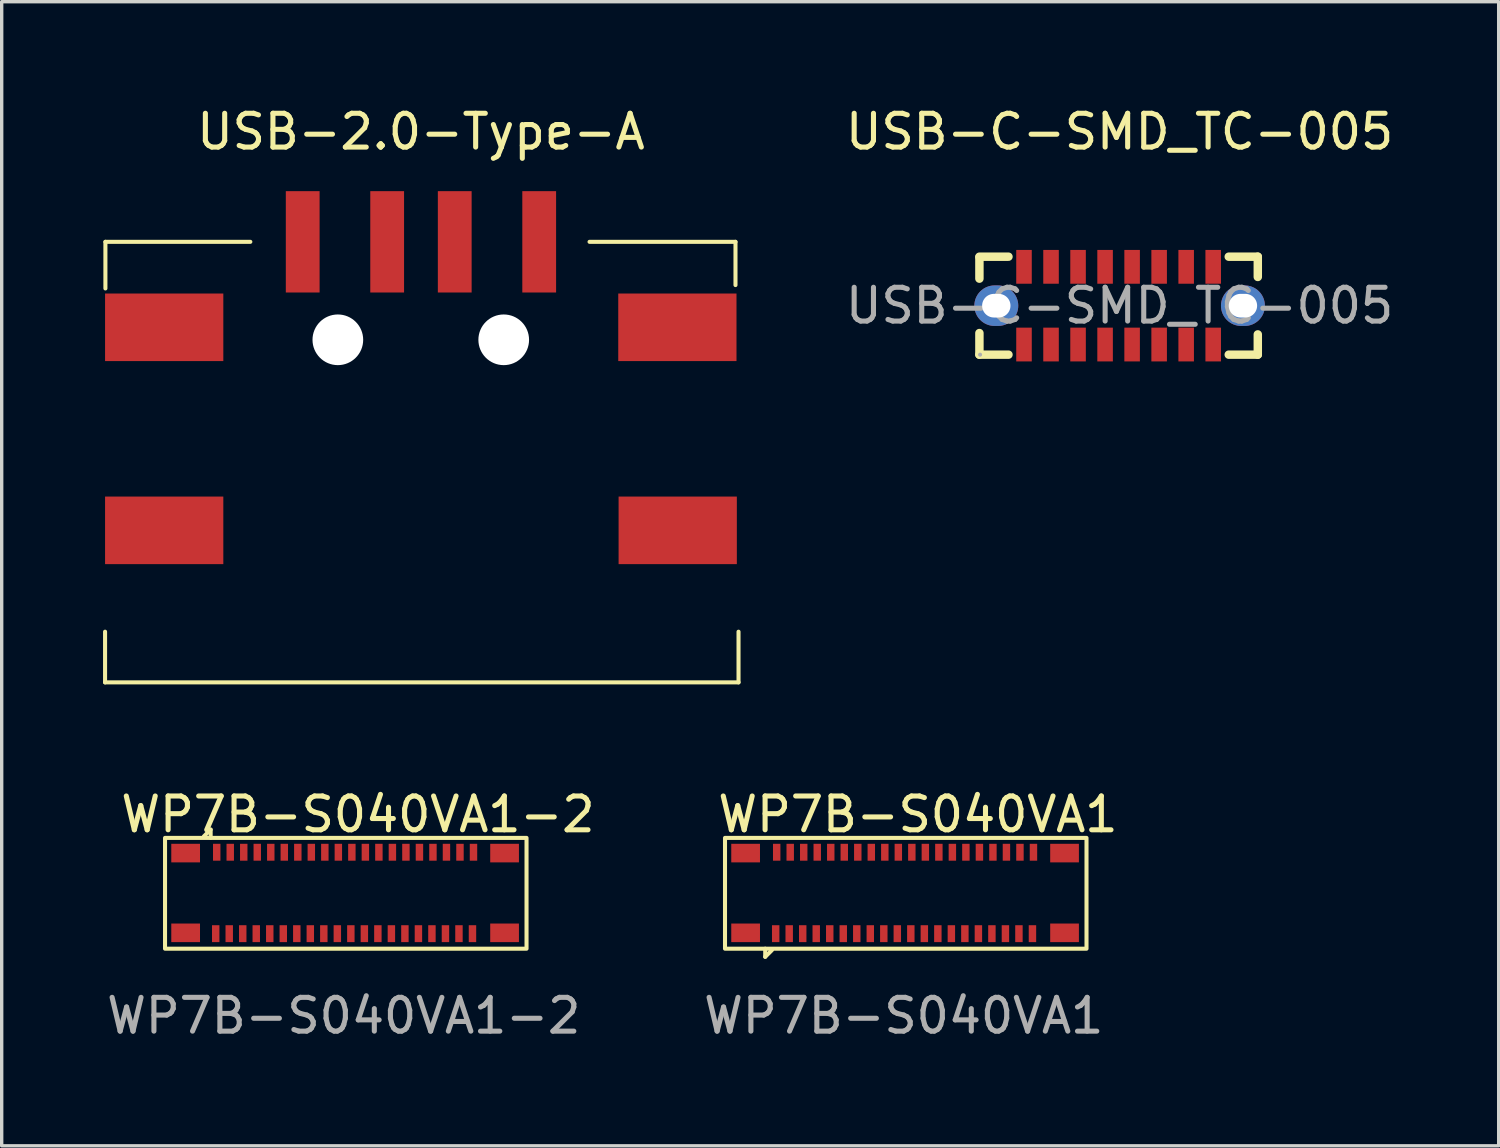
<source format=kicad_pcb>
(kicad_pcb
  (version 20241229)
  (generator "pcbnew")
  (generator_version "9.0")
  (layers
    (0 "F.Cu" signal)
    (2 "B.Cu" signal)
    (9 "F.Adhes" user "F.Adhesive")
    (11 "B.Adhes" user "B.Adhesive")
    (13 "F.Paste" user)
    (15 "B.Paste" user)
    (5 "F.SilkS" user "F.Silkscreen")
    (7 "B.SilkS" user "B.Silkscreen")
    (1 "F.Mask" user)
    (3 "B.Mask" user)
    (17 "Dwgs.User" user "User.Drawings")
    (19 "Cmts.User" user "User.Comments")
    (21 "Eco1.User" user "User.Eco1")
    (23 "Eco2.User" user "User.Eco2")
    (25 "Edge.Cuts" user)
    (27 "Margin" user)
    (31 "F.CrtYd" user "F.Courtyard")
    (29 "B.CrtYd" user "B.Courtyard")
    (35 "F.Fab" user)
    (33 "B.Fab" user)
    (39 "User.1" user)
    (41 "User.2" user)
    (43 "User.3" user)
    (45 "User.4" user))
  (footprint "WP7B-S040VA1-2"
    (layer "F.Cu")
    (at 7.545 23.706)
    (property "Reference" "WP7B-S040VA1-2" (at 0 -2.65 0) (unlocked yes) (layer "F.SilkS") (effects (font (size 1 1) (thickness 0.15))))
    (attr smd)
    (fp_line (start -4.36 -2.2) (end -4.56 -2) (stroke (width 0.12) (type default)) (layer "F.SilkS"))
    (fp_line (start -4.36 -1.96) (end -4.36 -2.2) (stroke (width 0.12) (type default)) (layer "F.SilkS"))
    (fp_rect (start -5.71 -1.955) (end 4.99 1.325) (stroke (width 0.12) (type default)) (fill no) (layer "F.SilkS"))
    (fp_text user "${REFERENCE}" (at -0.42 3.31 0) (unlocked yes) (layer "F.Fab") (effects (font (size 1 1) (thickness 0.15))))
    (pad "1" smd rect (at -4.18 -1.53 90) (size 0.5 0.22) (layers "F.Cu" "F.Mask" "F.Paste"))
    (pad "2" smd rect (at -3.78 -1.53 90) (size 0.5 0.22) (layers "F.Cu" "F.Mask" "F.Paste"))
    (pad "3" smd rect (at -3.38 -1.53 90) (size 0.5 0.22) (layers "F.Cu" "F.Mask" "F.Paste"))
    (pad "4" smd rect (at -2.98 -1.53 90) (size 0.5 0.22) (layers "F.Cu" "F.Mask" "F.Paste"))
    (pad "5" smd rect (at -2.58 -1.53 90) (size 0.5 0.22) (layers "F.Cu" "F.Mask" "F.Paste"))
    (pad "6" smd rect (at -2.18 -1.53 90) (size 0.5 0.22) (layers "F.Cu" "F.Mask" "F.Paste"))
    (pad "7" smd rect (at -1.78 -1.53 90) (size 0.5 0.22) (layers "F.Cu" "F.Mask" "F.Paste"))
    (pad "8" smd rect (at -1.38 -1.53 90) (size 0.5 0.22) (layers "F.Cu" "F.Mask" "F.Paste"))
    (pad "9" smd rect (at -0.98 -1.53 90) (size 0.5 0.22) (layers "F.Cu" "F.Mask" "F.Paste"))
    (pad "10" smd rect (at -0.58 -1.53 90) (size 0.5 0.22) (layers "F.Cu" "F.Mask" "F.Paste"))
    (pad "11" smd rect (at -0.18 -1.53 90) (size 0.5 0.22) (layers "F.Cu" "F.Mask" "F.Paste"))
    (pad "12" smd rect (at 0.22 -1.53 90) (size 0.5 0.22) (layers "F.Cu" "F.Mask" "F.Paste"))
    (pad "13" smd rect (at 0.62 -1.53 90) (size 0.5 0.22) (layers "F.Cu" "F.Mask" "F.Paste"))
    (pad "14" smd rect (at 1.02 -1.53 90) (size 0.5 0.22) (layers "F.Cu" "F.Mask" "F.Paste"))
    (pad "15" smd rect (at 1.42 -1.53 90) (size 0.5 0.22) (layers "F.Cu" "F.Mask" "F.Paste"))
    (pad "16" smd rect (at 1.82 -1.53 90) (size 0.5 0.22) (layers "F.Cu" "F.Mask" "F.Paste"))
    (pad "17" smd rect (at 2.22 -1.53 90) (size 0.5 0.22) (layers "F.Cu" "F.Mask" "F.Paste"))
    (pad "18" smd rect (at 2.62 -1.53 90) (size 0.5 0.22) (layers "F.Cu" "F.Mask" "F.Paste"))
    (pad "19" smd rect (at 3.02 -1.53 90) (size 0.5 0.22) (layers "F.Cu" "F.Mask" "F.Paste"))
    (pad "20" smd rect (at 3.42 -1.53 90) (size 0.5 0.22) (layers "F.Cu" "F.Mask" "F.Paste"))
    (pad "21" smd rect (at 3.39 0.88 90) (size 0.5 0.22) (layers "F.Cu" "F.Mask" "F.Paste"))
    (pad "22" smd rect (at 2.99 0.88 90) (size 0.5 0.22) (layers "F.Cu" "F.Mask" "F.Paste"))
    (pad "23" smd rect (at 2.59 0.88 90) (size 0.5 0.22) (layers "F.Cu" "F.Mask" "F.Paste"))
    (pad "24" smd rect (at 2.19 0.88 90) (size 0.5 0.22) (layers "F.Cu" "F.Mask" "F.Paste"))
    (pad "25" smd rect (at 1.79 0.88 90) (size 0.5 0.22) (layers "F.Cu" "F.Mask" "F.Paste"))
    (pad "26" smd rect (at 1.39 0.88 90) (size 0.5 0.22) (layers "F.Cu" "F.Mask" "F.Paste"))
    (pad "27" smd rect (at 0.99 0.88 90) (size 0.5 0.22) (layers "F.Cu" "F.Mask" "F.Paste"))
    (pad "28" smd rect (at 0.59 0.88 90) (size 0.5 0.22) (layers "F.Cu" "F.Mask" "F.Paste"))
    (pad "29" smd rect (at 0.19 0.88 90) (size 0.5 0.22) (layers "F.Cu" "F.Mask" "F.Paste"))
    (pad "30" smd rect (at -0.21 0.88 90) (size 0.5 0.22) (layers "F.Cu" "F.Mask" "F.Paste"))
    (pad "31" smd rect (at -0.61 0.88 90) (size 0.5 0.22) (layers "F.Cu" "F.Mask" "F.Paste"))
    (pad "32" smd rect (at -1.01 0.88 90) (size 0.5 0.22) (layers "F.Cu" "F.Mask" "F.Paste"))
    (pad "33" smd rect (at -1.41 0.88 90) (size 0.5 0.22) (layers "F.Cu" "F.Mask" "F.Paste"))
    (pad "34" smd rect (at -1.81 0.88 90) (size 0.5 0.22) (layers "F.Cu" "F.Mask" "F.Paste"))
    (pad "35" smd rect (at -2.21 0.88 90) (size 0.5 0.22) (layers "F.Cu" "F.Mask" "F.Paste"))
    (pad "36" smd rect (at -2.61 0.88 90) (size 0.5 0.22) (layers "F.Cu" "F.Mask" "F.Paste"))
    (pad "37" smd rect (at -3.01 0.88 90) (size 0.5 0.22) (layers "F.Cu" "F.Mask" "F.Paste"))
    (pad "38" smd rect (at -3.41 0.88 90) (size 0.5 0.22) (layers "F.Cu" "F.Mask" "F.Paste"))
    (pad "39" smd rect (at -3.81 0.88 90) (size 0.5 0.22) (layers "F.Cu" "F.Mask" "F.Paste"))
    (pad "40" smd rect (at -4.21 0.88 90) (size 0.5 0.22) (layers "F.Cu" "F.Mask" "F.Paste"))
    (pad "41" smd rect (at -5.1 -1.505 90) (size 0.55 0.85) (layers "F.Cu" "F.Mask" "F.Paste"))
    (pad "42" smd rect (at -5.1 0.855 90) (size 0.55 0.85) (layers "F.Cu" "F.Mask" "F.Paste"))
    (pad "43" smd rect (at 4.34 -1.505 90) (size 0.55 0.85) (layers "F.Cu" "F.Mask" "F.Paste"))
    (pad "44" smd rect (at 4.34 0.855 90) (size 0.55 0.85) (layers "F.Cu" "F.Mask" "F.Paste")))
  (footprint "USB-2.0-Type-A"
    (layer "F.Cu")
    (at 9.41 0.348)
    (property "Reference" "USB-2.0-Type-A" (at 0 0.5 0) (layer "F.SilkS") (effects (font (size 1 1) (thickness 0.15))))
    (attr through_hole)
    (fp_line (start -9.35 16.8) (end -9.35 15.3) (stroke (width 0.12) (type solid)) (layer "F.SilkS"))
    (fp_line (start -9.35 16.8) (end 9.4 16.8) (stroke (width 0.12) (type solid)) (layer "F.SilkS"))
    (fp_line (start -9.34 3.76) (end -5.05 3.76) (stroke (width 0.12) (type solid)) (layer "F.SilkS"))
    (fp_line (start -9.34 5.14) (end -9.34 3.76) (stroke (width 0.12) (type solid)) (layer "F.SilkS"))
    (fp_line (start 4.99 3.76) (end 9.31 3.76) (stroke (width 0.12) (type solid)) (layer "F.SilkS"))
    (fp_line (start 9.31 5.04) (end 9.31 3.76) (stroke (width 0.12) (type solid)) (layer "F.SilkS"))
    (fp_line (start 9.4 16.8) (end 9.4 15.3) (stroke (width 0.12) (type solid)) (layer "F.SilkS"))
    (pad "" np_thru_hole circle (at -2.46 6.66) (size 1.5 1.5) (drill 1.5) (layers "*.Cu" "*.Mask"))
    (pad "" np_thru_hole circle (at 2.45 6.66) (size 1.5 1.5) (drill 1.5) (layers "*.Cu" "*.Mask"))
    (pad "1" smd rect (at -3.5 3.76) (size 1 3) (layers "F.Cu" "F.Mask" "F.Paste"))
    (pad "2" smd rect (at -1 3.76) (size 1 3) (layers "F.Cu" "F.Mask" "F.Paste"))
    (pad "3" smd rect (at 1 3.76) (size 1 3) (layers "F.Cu" "F.Mask" "F.Paste"))
    (pad "4" smd rect (at 3.5 3.76) (size 1 3) (layers "F.Cu" "F.Mask" "F.Paste"))
    (pad "5" smd rect (at -7.6 6.29) (size 3.5 2) (layers "F.Cu" "F.Mask" "F.Paste"))
    (pad "5" smd rect (at -7.6 12.3) (size 3.5 2) (layers "F.Cu" "F.Mask" "F.Paste"))
    (pad "5" smd rect (at 7.59 6.29) (size 3.5 2) (layers "F.Cu" "F.Mask" "F.Paste"))
    (pad "5" smd rect (at 7.6 12.3) (size 3.5 2) (layers "F.Cu" "F.Mask" "F.Paste")))
  (footprint "WP7B-S040VA1"
    (layer "F.Cu")
    (at 24.12 23.706)
    (property "Reference" "WP7B-S040VA1" (at 0 -2.65 0) (unlocked yes) (layer "F.SilkS") (effects (font (size 1 1) (thickness 0.15))))
    (attr smd)
    (fp_line (start -4.52 1.325) (end -4.52 1.565) (stroke (width 0.12) (type default)) (layer "F.SilkS"))
    (fp_line (start -4.52 1.565) (end -4.32 1.365) (stroke (width 0.12) (type default)) (layer "F.SilkS"))
    (fp_rect (start -5.71 -1.955) (end 4.99 1.325) (stroke (width 0.12) (type default)) (fill no) (layer "F.SilkS"))
    (fp_text user "${REFERENCE}" (at -0.42 3.31 0) (unlocked yes) (layer "F.Fab") (effects (font (size 1 1) (thickness 0.15))))
    (pad "1" smd rect (at -4.21 0.88 90) (size 0.5 0.22) (layers "F.Cu" "F.Mask" "F.Paste"))
    (pad "2" smd rect (at -3.81 0.88 90) (size 0.5 0.22) (layers "F.Cu" "F.Mask" "F.Paste"))
    (pad "3" smd rect (at -3.41 0.88 90) (size 0.5 0.22) (layers "F.Cu" "F.Mask" "F.Paste"))
    (pad "4" smd rect (at -3.01 0.88 90) (size 0.5 0.22) (layers "F.Cu" "F.Mask" "F.Paste"))
    (pad "5" smd rect (at -2.61 0.88 90) (size 0.5 0.22) (layers "F.Cu" "F.Mask" "F.Paste"))
    (pad "6" smd rect (at -2.21 0.88 90) (size 0.5 0.22) (layers "F.Cu" "F.Mask" "F.Paste"))
    (pad "7" smd rect (at -1.81 0.88 90) (size 0.5 0.22) (layers "F.Cu" "F.Mask" "F.Paste"))
    (pad "8" smd rect (at -1.41 0.88 90) (size 0.5 0.22) (layers "F.Cu" "F.Mask" "F.Paste"))
    (pad "9" smd rect (at -1.01 0.88 90) (size 0.5 0.22) (layers "F.Cu" "F.Mask" "F.Paste"))
    (pad "10" smd rect (at -0.61 0.88 90) (size 0.5 0.22) (layers "F.Cu" "F.Mask" "F.Paste"))
    (pad "11" smd rect (at -0.21 0.88 90) (size 0.5 0.22) (layers "F.Cu" "F.Mask" "F.Paste"))
    (pad "12" smd rect (at 0.19 0.88 90) (size 0.5 0.22) (layers "F.Cu" "F.Mask" "F.Paste"))
    (pad "13" smd rect (at 0.59 0.88 90) (size 0.5 0.22) (layers "F.Cu" "F.Mask" "F.Paste"))
    (pad "14" smd rect (at 0.99 0.88 90) (size 0.5 0.22) (layers "F.Cu" "F.Mask" "F.Paste"))
    (pad "15" smd rect (at 1.39 0.88 90) (size 0.5 0.22) (layers "F.Cu" "F.Mask" "F.Paste"))
    (pad "16" smd rect (at 1.79 0.88 90) (size 0.5 0.22) (layers "F.Cu" "F.Mask" "F.Paste"))
    (pad "17" smd rect (at 2.19 0.88 90) (size 0.5 0.22) (layers "F.Cu" "F.Mask" "F.Paste"))
    (pad "18" smd rect (at 2.59 0.88 90) (size 0.5 0.22) (layers "F.Cu" "F.Mask" "F.Paste"))
    (pad "19" smd rect (at 2.99 0.88 90) (size 0.5 0.22) (layers "F.Cu" "F.Mask" "F.Paste"))
    (pad "20" smd rect (at 3.39 0.88 90) (size 0.5 0.22) (layers "F.Cu" "F.Mask" "F.Paste"))
    (pad "21" smd rect (at 3.42 -1.53 90) (size 0.5 0.22) (layers "F.Cu" "F.Mask" "F.Paste"))
    (pad "22" smd rect (at 3.02 -1.53 90) (size 0.5 0.22) (layers "F.Cu" "F.Mask" "F.Paste"))
    (pad "23" smd rect (at 2.62 -1.53 90) (size 0.5 0.22) (layers "F.Cu" "F.Mask" "F.Paste"))
    (pad "24" smd rect (at 2.22 -1.53 90) (size 0.5 0.22) (layers "F.Cu" "F.Mask" "F.Paste"))
    (pad "25" smd rect (at 1.82 -1.53 90) (size 0.5 0.22) (layers "F.Cu" "F.Mask" "F.Paste"))
    (pad "26" smd rect (at 1.42 -1.53 90) (size 0.5 0.22) (layers "F.Cu" "F.Mask" "F.Paste"))
    (pad "27" smd rect (at 1.02 -1.53 90) (size 0.5 0.22) (layers "F.Cu" "F.Mask" "F.Paste"))
    (pad "28" smd rect (at 0.62 -1.53 90) (size 0.5 0.22) (layers "F.Cu" "F.Mask" "F.Paste"))
    (pad "29" smd rect (at 0.22 -1.53 90) (size 0.5 0.22) (layers "F.Cu" "F.Mask" "F.Paste"))
    (pad "30" smd rect (at -0.18 -1.53 90) (size 0.5 0.22) (layers "F.Cu" "F.Mask" "F.Paste"))
    (pad "31" smd rect (at -0.58 -1.53 90) (size 0.5 0.22) (layers "F.Cu" "F.Mask" "F.Paste"))
    (pad "32" smd rect (at -0.98 -1.53 90) (size 0.5 0.22) (layers "F.Cu" "F.Mask" "F.Paste"))
    (pad "33" smd rect (at -1.38 -1.53 90) (size 0.5 0.22) (layers "F.Cu" "F.Mask" "F.Paste"))
    (pad "34" smd rect (at -1.78 -1.53 90) (size 0.5 0.22) (layers "F.Cu" "F.Mask" "F.Paste"))
    (pad "35" smd rect (at -2.18 -1.53 90) (size 0.5 0.22) (layers "F.Cu" "F.Mask" "F.Paste"))
    (pad "36" smd rect (at -2.58 -1.53 90) (size 0.5 0.22) (layers "F.Cu" "F.Mask" "F.Paste"))
    (pad "37" smd rect (at -2.98 -1.53 90) (size 0.5 0.22) (layers "F.Cu" "F.Mask" "F.Paste"))
    (pad "38" smd rect (at -3.38 -1.53 90) (size 0.5 0.22) (layers "F.Cu" "F.Mask" "F.Paste"))
    (pad "39" smd rect (at -3.78 -1.53 90) (size 0.5 0.22) (layers "F.Cu" "F.Mask" "F.Paste"))
    (pad "40" smd rect (at -4.18 -1.53 90) (size 0.5 0.22) (layers "F.Cu" "F.Mask" "F.Paste"))
    (pad "41" smd rect (at -5.1 -1.505 90) (size 0.55 0.85) (layers "F.Cu" "F.Mask" "F.Paste"))
    (pad "42" smd rect (at -5.1 0.855 90) (size 0.55 0.85) (layers "F.Cu" "F.Mask" "F.Paste"))
    (pad "43" smd rect (at 4.34 -1.505 90) (size 0.55 0.85) (layers "F.Cu" "F.Mask" "F.Paste"))
    (pad "44" smd rect (at 4.34 0.855 90) (size 0.55 0.85) (layers "F.Cu" "F.Mask" "F.Paste")))
  (footprint "USB-C-SMD_TC-005"
    (layer "F.Cu")
    (at 30.09 5.998)
    (property "Reference" "USB-C-SMD_TC-005" (at 0 -5.15 0) (layer "F.SilkS") (effects (font (size 1 1) (thickness 0.15))))
    (attr smd)
    (fp_line (start -4.15 -1.45) (end -3.29 -1.45) (stroke (width 0.25) (type solid)) (layer "F.SilkS"))
    (fp_line (start -4.15 -0.8) (end -4.15 -1.43) (stroke (width 0.25) (type solid)) (layer "F.SilkS"))
    (fp_line (start -4.15 1.45) (end -4.15 0.81) (stroke (width 0.25) (type solid)) (layer "F.SilkS"))
    (fp_line (start -3.29 1.45) (end -4.15 1.45) (stroke (width 0.25) (type solid)) (layer "F.SilkS"))
    (fp_line (start 3.23 -1.45) (end 4.09 -1.45) (stroke (width 0.25) (type solid)) (layer "F.SilkS"))
    (fp_line (start 4.09 -1.45) (end 4.09 -0.85) (stroke (width 0.25) (type solid)) (layer "F.SilkS"))
    (fp_line (start 4.09 0.85) (end 4.09 1.45) (stroke (width 0.25) (type solid)) (layer "F.SilkS"))
    (fp_line (start 4.09 1.45) (end 3.23 1.45) (stroke (width 0.25) (type solid)) (layer "F.SilkS"))
    (fp_circle (center -4.13 1.45) (end -4.1 1.45) (stroke (width 0.06) (type solid)) (fill no) (layer "F.Fab"))
    (fp_text user "${REFERENCE}" (at 0 0 0) (layer "F.Fab") (effects (font (size 1 1) (thickness 0.15))))
    (pad "1" thru_hole oval (at -3.65 0) (size 1.3 1.2) (drill oval 0.84 0.7) (layers "*.Cu" "*.Mask"))
    (pad "2" thru_hole oval (at 3.65 0) (size 1.3 1.2) (drill oval 0.84 0.7) (layers "*.Cu" "*.Mask"))
    (pad "A1" smd rect (at -2.83 1.15) (size 0.46 1) (layers "F.Cu" "F.Mask" "F.Paste"))
    (pad "A4" smd rect (at -2.03 1.15) (size 0.46 1) (layers "F.Cu" "F.Mask" "F.Paste"))
    (pad "A5" smd rect (at -1.23 1.15) (size 0.46 1) (layers "F.Cu" "F.Mask" "F.Paste"))
    (pad "A6" smd rect (at -0.43 1.15) (size 0.46 1) (layers "F.Cu" "F.Mask" "F.Paste"))
    (pad "A7" smd rect (at 0.37 1.15) (size 0.46 1) (layers "F.Cu" "F.Mask" "F.Paste"))
    (pad "A8" smd rect (at 1.17 1.15) (size 0.46 1) (layers "F.Cu" "F.Mask" "F.Paste"))
    (pad "A9" smd rect (at 1.97 1.15) (size 0.46 1) (layers "F.Cu" "F.Mask" "F.Paste"))
    (pad "A12" smd rect (at 2.77 1.15) (size 0.46 1) (layers "F.Cu" "F.Mask" "F.Paste"))
    (pad "B1" smd rect (at 2.77 -1.15) (size 0.46 1) (layers "F.Cu" "F.Mask" "F.Paste"))
    (pad "B4" smd rect (at 1.97 -1.15) (size 0.46 1) (layers "F.Cu" "F.Mask" "F.Paste"))
    (pad "B5" smd rect (at 1.17 -1.15) (size 0.46 1) (layers "F.Cu" "F.Mask" "F.Paste"))
    (pad "B6" smd rect (at 0.37 -1.15) (size 0.46 1) (layers "F.Cu" "F.Mask" "F.Paste"))
    (pad "B7" smd rect (at -0.43 -1.15) (size 0.46 1) (layers "F.Cu" "F.Mask" "F.Paste"))
    (pad "B8" smd rect (at -1.23 -1.15) (size 0.46 1) (layers "F.Cu" "F.Mask" "F.Paste"))
    (pad "B9" smd rect (at -2.03 -1.15) (size 0.46 1) (layers "F.Cu" "F.Mask" "F.Paste"))
    (pad "B12" smd rect (at -2.83 -1.15) (size 0.46 1) (layers "F.Cu" "F.Mask" "F.Paste")))
  (gr_rect
    (start -3 -3)
    (end 41.31 30.865)
    (stroke (width 0.1) (type default))
    (fill no)
    (layer "Edge.Cuts")))
</source>
